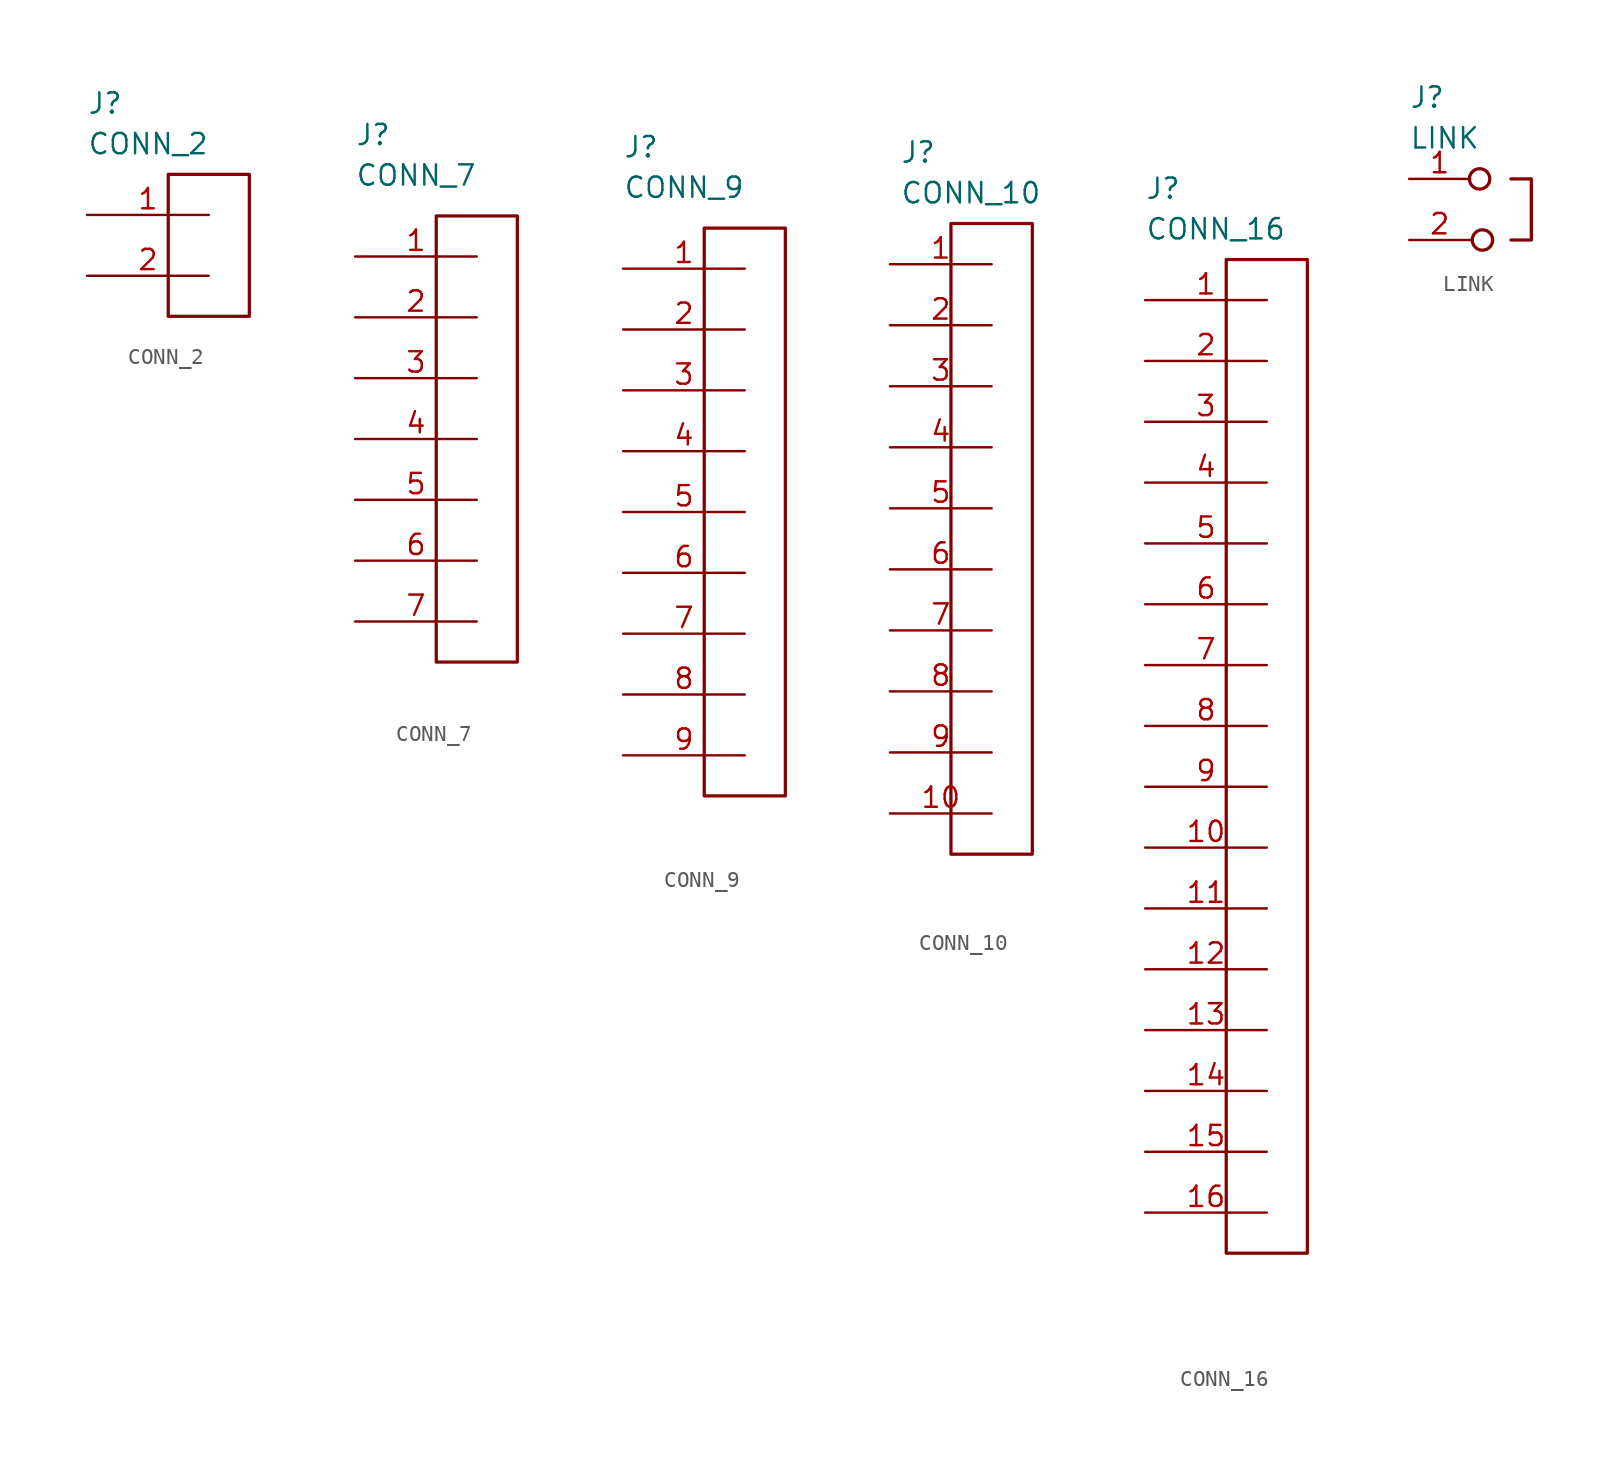
<source format=kicad_sym>
(kicad_symbol_lib
  (version 20211014)
  (generator kicad_symbol_editor)
  (symbol "CONN_2"
    (property "Reference" "J"
      (at -5.08 9.525 0)
      (effects (font (size 1.27 1.27)) (justify left)))
    (property "Value" "CONN_2"
      (at -5.08 6.985 0)
      (effects (font (size 1.27 1.27)) (justify left)))
    (property "ki_locked" ""
      (at 0 0 0)
      (effects (font (size 1.27 1.27))))
    (symbol "CONN_2_0_0"
      (rectangle (start 0 5.08) (end 5.08 -3.81) (stroke (width 0.203) (type default) (color 0 0 0 0)) (fill (type none))))
    (symbol "CONN_2_1_0"
      (pin unspecified line (at -5.08 2.54 0) (length 7.62) (name "~" (effects (font (size 1.27 1.27)))) (number "1" (effects (font (size 1.27 1.27)))))
      (pin unspecified line (at -5.08 -1.27 0) (length 7.62) (name "~" (effects (font (size 1.27 1.27)))) (number "2" (effects (font (size 1.27 1.27)))))))
  (symbol "CONN_7"
    (property "Reference" "J"
      (at -5.08 19.05 0)
      (effects (font (size 1.27 1.27)) (justify left)))
    (property "Value" "CONN_7"
      (at -5.08 16.51 0)
      (effects (font (size 1.27 1.27)) (justify left)))
    (property "ki_locked" ""
      (at 0 0 0)
      (effects (font (size 1.27 1.27))))
    (symbol "CONN_7_0_0"
      (rectangle (start 0 13.97) (end 5.08 -13.97) (stroke (width 0.203) (type default) (color 0 0 0 0)) (fill (type none))))
    (symbol "CONN_7_1_0"
      (pin unspecified line (at -5.08 11.43 0) (length 7.62) (name "~" (effects (font (size 1.27 1.27)))) (number "1" (effects (font (size 1.27 1.27)))))
      (pin unspecified line (at -5.08 7.62 0) (length 7.62) (name "~" (effects (font (size 1.27 1.27)))) (number "2" (effects (font (size 1.27 1.27)))))
      (pin unspecified line (at -5.08 3.81 0) (length 7.62) (name "~" (effects (font (size 1.27 1.27)))) (number "3" (effects (font (size 1.27 1.27)))))
      (pin unspecified line (at -5.08 0 0) (length 7.62) (name "~" (effects (font (size 1.27 1.27)))) (number "4" (effects (font (size 1.27 1.27)))))
      (pin unspecified line (at -5.08 -3.81 0) (length 7.62) (name "~" (effects (font (size 1.27 1.27)))) (number "5" (effects (font (size 1.27 1.27)))))
      (pin unspecified line (at -5.08 -7.62 0) (length 7.62) (name "~" (effects (font (size 1.27 1.27)))) (number "6" (effects (font (size 1.27 1.27)))))
      (pin unspecified line (at -5.08 -11.43 0) (length 7.62) (name "~" (effects (font (size 1.27 1.27)))) (number "7" (effects (font (size 1.27 1.27)))))))
  (symbol "CONN_9"
    (property "Reference" "J"
      (at -5.08 22.86 0)
      (effects (font (size 1.27 1.27)) (justify left)))
    (property "Value" "CONN_9"
      (at -5.08 20.32 0)
      (effects (font (size 1.27 1.27)) (justify left)))
    (property "ki_locked" ""
      (at 0 0 0)
      (effects (font (size 1.27 1.27))))
    (symbol "CONN_9_0_0"
      (rectangle (start 0 17.78) (end 5.08 -17.78) (stroke (width 0.203) (type default) (color 0 0 0 0)) (fill (type none))))
    (symbol "CONN_9_1_0"
      (pin unspecified line (at -5.08 15.24 0) (length 7.62) (name "~" (effects (font (size 1.27 1.27)))) (number "1" (effects (font (size 1.27 1.27)))))
      (pin unspecified line (at -5.08 11.43 0) (length 7.62) (name "~" (effects (font (size 1.27 1.27)))) (number "2" (effects (font (size 1.27 1.27)))))
      (pin unspecified line (at -5.08 7.62 0) (length 7.62) (name "~" (effects (font (size 1.27 1.27)))) (number "3" (effects (font (size 1.27 1.27)))))
      (pin unspecified line (at -5.08 3.81 0) (length 7.62) (name "~" (effects (font (size 1.27 1.27)))) (number "4" (effects (font (size 1.27 1.27)))))
      (pin unspecified line (at -5.08 0 0) (length 7.62) (name "~" (effects (font (size 1.27 1.27)))) (number "5" (effects (font (size 1.27 1.27)))))
      (pin unspecified line (at -5.08 -3.81 0) (length 7.62) (name "~" (effects (font (size 1.27 1.27)))) (number "6" (effects (font (size 1.27 1.27)))))
      (pin unspecified line (at -5.08 -7.62 0) (length 7.62) (name "~" (effects (font (size 1.27 1.27)))) (number "7" (effects (font (size 1.27 1.27)))))
      (pin unspecified line (at -5.08 -11.43 0) (length 7.62) (name "~" (effects (font (size 1.27 1.27)))) (number "8" (effects (font (size 1.27 1.27)))))
      (pin unspecified line (at -5.08 -15.24 0) (length 7.62) (name "~" (effects (font (size 1.27 1.27)))) (number "9" (effects (font (size 1.27 1.27)))))))
  (symbol "CONN_10"
    (property "Reference" "J"
      (at -4.445 24.765 0)
      (effects (font (size 1.27 1.27)) (justify left)))
    (property "Value" "CONN_10"
      (at -4.445 22.225 0)
      (effects (font (size 1.27 1.27)) (justify left)))
    (property "ki_locked" ""
      (at 0 0 0)
      (effects (font (size 1.27 1.27))))
    (symbol "CONN_10_0_0"
      (rectangle (start -1.27 20.32) (end 3.81 -19.05) (stroke (width 0.203) (type default) (color 0 0 0 0)) (fill (type none))))
    (symbol "CONN_10_1_0"
      (pin unspecified line (at -5.08 17.78 0) (length 6.35) (name "~" (effects (font (size 1.27 1.27)))) (number "1" (effects (font (size 1.27 1.27)))))
      (pin unspecified line (at -5.08 -16.51 0) (length 6.35) (name "~" (effects (font (size 1.27 1.27)))) (number "10" (effects (font (size 1.27 1.27)))))
      (pin unspecified line (at -5.08 13.97 0) (length 6.35) (name "~" (effects (font (size 1.27 1.27)))) (number "2" (effects (font (size 1.27 1.27)))))
      (pin unspecified line (at -5.08 10.16 0) (length 6.35) (name "~" (effects (font (size 1.27 1.27)))) (number "3" (effects (font (size 1.27 1.27)))))
      (pin unspecified line (at -5.08 6.35 0) (length 6.35) (name "~" (effects (font (size 1.27 1.27)))) (number "4" (effects (font (size 1.27 1.27)))))
      (pin unspecified line (at -5.08 2.54 0) (length 6.35) (name "~" (effects (font (size 1.27 1.27)))) (number "5" (effects (font (size 1.27 1.27)))))
      (pin unspecified line (at -5.08 -1.27 0) (length 6.35) (name "~" (effects (font (size 1.27 1.27)))) (number "6" (effects (font (size 1.27 1.27)))))
      (pin unspecified line (at -5.08 -5.08 0) (length 6.35) (name "~" (effects (font (size 1.27 1.27)))) (number "7" (effects (font (size 1.27 1.27)))))
      (pin unspecified line (at -5.08 -8.89 0) (length 6.35) (name "~" (effects (font (size 1.27 1.27)))) (number "8" (effects (font (size 1.27 1.27)))))
      (pin unspecified line (at -5.08 -12.7 0) (length 6.35) (name "~" (effects (font (size 1.27 1.27)))) (number "9" (effects (font (size 1.27 1.27)))))))
  (symbol "CONN_16"
    (property "Reference" "J"
      (at -5.08 36.195 0)
      (effects (font (size 1.27 1.27)) (justify left)))
    (property "Value" "CONN_16"
      (at -5.08 33.655 0)
      (effects (font (size 1.27 1.27)) (justify left)))
    (property "ki_locked" ""
      (at 0 0 0)
      (effects (font (size 1.27 1.27))))
    (symbol "CONN_16_0_0"
      (rectangle (start 0 31.75) (end 5.08 -30.48) (stroke (width 0.203) (type default) (color 0 0 0 0)) (fill (type none))))
    (symbol "CONN_16_1_0"
      (pin unspecified line (at -5.08 29.21 0) (length 7.62) (name "~" (effects (font (size 1.27 1.27)))) (number "1" (effects (font (size 1.27 1.27)))))
      (pin unspecified line (at -5.08 -5.08 0) (length 7.62) (name "~" (effects (font (size 1.27 1.27)))) (number "10" (effects (font (size 1.27 1.27)))))
      (pin unspecified line (at -5.08 -8.89 0) (length 7.62) (name "~" (effects (font (size 1.27 1.27)))) (number "11" (effects (font (size 1.27 1.27)))))
      (pin unspecified line (at -5.08 -12.7 0) (length 7.62) (name "~" (effects (font (size 1.27 1.27)))) (number "12" (effects (font (size 1.27 1.27)))))
      (pin unspecified line (at -5.08 -16.51 0) (length 7.62) (name "~" (effects (font (size 1.27 1.27)))) (number "13" (effects (font (size 1.27 1.27)))))
      (pin unspecified line (at -5.08 -20.32 0) (length 7.62) (name "~" (effects (font (size 1.27 1.27)))) (number "14" (effects (font (size 1.27 1.27)))))
      (pin unspecified line (at -5.08 -24.13 0) (length 7.62) (name "~" (effects (font (size 1.27 1.27)))) (number "15" (effects (font (size 1.27 1.27)))))
      (pin unspecified line (at -5.08 -27.94 0) (length 7.62) (name "~" (effects (font (size 1.27 1.27)))) (number "16" (effects (font (size 1.27 1.27)))))
      (pin unspecified line (at -5.08 25.4 0) (length 7.62) (name "~" (effects (font (size 1.27 1.27)))) (number "2" (effects (font (size 1.27 1.27)))))
      (pin unspecified line (at -5.08 21.59 0) (length 7.62) (name "~" (effects (font (size 1.27 1.27)))) (number "3" (effects (font (size 1.27 1.27)))))
      (pin unspecified line (at -5.08 17.78 0) (length 7.62) (name "~" (effects (font (size 1.27 1.27)))) (number "4" (effects (font (size 1.27 1.27)))))
      (pin unspecified line (at -5.08 13.97 0) (length 7.62) (name "~" (effects (font (size 1.27 1.27)))) (number "5" (effects (font (size 1.27 1.27)))))
      (pin unspecified line (at -5.08 10.16 0) (length 7.62) (name "~" (effects (font (size 1.27 1.27)))) (number "6" (effects (font (size 1.27 1.27)))))
      (pin unspecified line (at -5.08 6.35 0) (length 7.62) (name "~" (effects (font (size 1.27 1.27)))) (number "7" (effects (font (size 1.27 1.27)))))
      (pin unspecified line (at -5.08 2.54 0) (length 7.62) (name "~" (effects (font (size 1.27 1.27)))) (number "8" (effects (font (size 1.27 1.27)))))
      (pin unspecified line (at -5.08 -1.27 0) (length 7.62) (name "~" (effects (font (size 1.27 1.27)))) (number "9" (effects (font (size 1.27 1.27)))))))
  (symbol "LINK"
    (property "Reference" "J"
      (at -3.81 7.62 0)
      (effects (font (size 1.27 1.27)) (justify left)))
    (property "Value" "LINK"
      (at -3.81 5.08 0)
      (effects (font (size 1.27 1.27)) (justify left)))
    (property "ki_locked" ""
      (at 0 0 0)
      (effects (font (size 1.27 1.27))))
    (symbol "LINK_0_0"
      (polyline (pts (xy 2.54 2.54) (xy 3.81 2.54) (xy 3.81 -1.27) (xy 2.54 -1.27)) (stroke (width 0.203) (type default) (color 0 0 0 0)) (fill (type none)))
      (circle (center 0.584 2.54) (radius 0.635) (stroke (width 0.203) (type default) (color 0 0 0 0)) (fill (type none)))
      (circle (center 0.762 -1.27) (radius 0.635) (stroke (width 0.203) (type default) (color 0 0 0 0)) (fill (type none))))
    (symbol "LINK_1_0"
      (pin unspecified line (at -3.81 2.54 0) (length 3.81) (name "~" (effects (font (size 1.27 1.27)))) (number "1" (effects (font (size 1.27 1.27)))))
      (pin unspecified line (at -3.81 -1.27 0) (length 3.81) (name "~" (effects (font (size 1.27 1.27)))) (number "2" (effects (font (size 1.27 1.27))))))))
</source>
